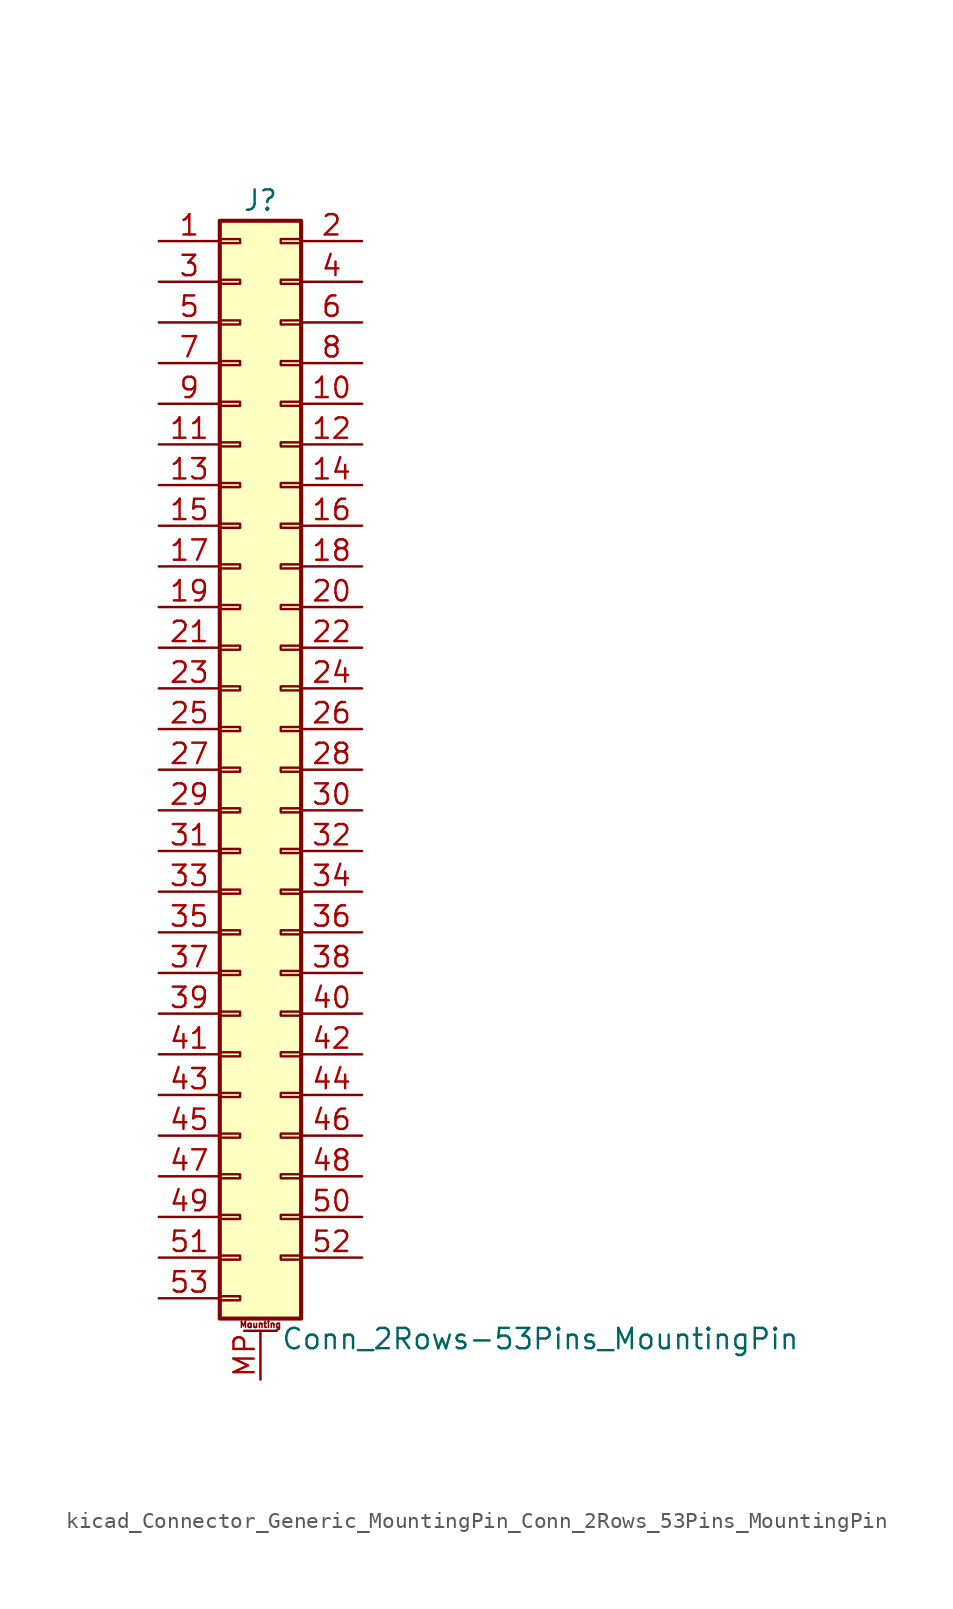
<source format=kicad_sym>
(kicad_symbol_lib
  (version 20220914)
  (generator kicad_symbol_editor)
  (symbol "kicad_Connector_Generic_MountingPin_Conn_2Rows_53Pins_MountingPin"
    (pin_names
      (offset 1.016) hide)
    (property "Reference" "J"
      (at 1.27 35.56 0)
      (effects (font (size 1.27 1.27))))
    (property "Value" "Conn_2Rows-53Pins_MountingPin"
      (at 2.54 -35.56 0)
      (effects (font (size 1.27 1.27)) (justify left)))
    (symbol "kicad_Connector_Generic_MountingPin_Conn_2Rows_53Pins_MountingPin_1_1"
      (rectangle (start -1.27 -32.893) (end 0 -33.147) (stroke (width 0.152) (type default)) (fill (type none)))
      (rectangle (start -1.27 -30.353) (end 0 -30.607) (stroke (width 0.152) (type default)) (fill (type none)))
      (rectangle (start -1.27 -27.813) (end 0 -28.067) (stroke (width 0.152) (type default)) (fill (type none)))
      (rectangle (start -1.27 -25.273) (end 0 -25.527) (stroke (width 0.152) (type default)) (fill (type none)))
      (rectangle (start -1.27 -22.733) (end 0 -22.987) (stroke (width 0.152) (type default)) (fill (type none)))
      (rectangle (start -1.27 -20.193) (end 0 -20.447) (stroke (width 0.152) (type default)) (fill (type none)))
      (rectangle (start -1.27 -17.653) (end 0 -17.907) (stroke (width 0.152) (type default)) (fill (type none)))
      (rectangle (start -1.27 -15.113) (end 0 -15.367) (stroke (width 0.152) (type default)) (fill (type none)))
      (rectangle (start -1.27 -12.573) (end 0 -12.827) (stroke (width 0.152) (type default)) (fill (type none)))
      (rectangle (start -1.27 -10.033) (end 0 -10.287) (stroke (width 0.152) (type default)) (fill (type none)))
      (rectangle (start -1.27 -7.493) (end 0 -7.747) (stroke (width 0.152) (type default)) (fill (type none)))
      (rectangle (start -1.27 -4.953) (end 0 -5.207) (stroke (width 0.152) (type default)) (fill (type none)))
      (rectangle (start -1.27 -2.413) (end 0 -2.667) (stroke (width 0.152) (type default)) (fill (type none)))
      (rectangle (start -1.27 0.127) (end 0 -0.127) (stroke (width 0.152) (type default)) (fill (type none)))
      (rectangle (start -1.27 2.667) (end 0 2.413) (stroke (width 0.152) (type default)) (fill (type none)))
      (rectangle (start -1.27 5.207) (end 0 4.953) (stroke (width 0.152) (type default)) (fill (type none)))
      (rectangle (start -1.27 7.747) (end 0 7.493) (stroke (width 0.152) (type default)) (fill (type none)))
      (rectangle (start -1.27 10.287) (end 0 10.033) (stroke (width 0.152) (type default)) (fill (type none)))
      (rectangle (start -1.27 12.827) (end 0 12.573) (stroke (width 0.152) (type default)) (fill (type none)))
      (rectangle (start -1.27 15.367) (end 0 15.113) (stroke (width 0.152) (type default)) (fill (type none)))
      (rectangle (start -1.27 17.907) (end 0 17.653) (stroke (width 0.152) (type default)) (fill (type none)))
      (rectangle (start -1.27 20.447) (end 0 20.193) (stroke (width 0.152) (type default)) (fill (type none)))
      (rectangle (start -1.27 22.987) (end 0 22.733) (stroke (width 0.152) (type default)) (fill (type none)))
      (rectangle (start -1.27 25.527) (end 0 25.273) (stroke (width 0.152) (type default)) (fill (type none)))
      (rectangle (start -1.27 28.067) (end 0 27.813) (stroke (width 0.152) (type default)) (fill (type none)))
      (rectangle (start -1.27 30.607) (end 0 30.353) (stroke (width 0.152) (type default)) (fill (type none)))
      (rectangle (start -1.27 33.147) (end 0 32.893) (stroke (width 0.152) (type default)) (fill (type none)))
      (rectangle (start -1.27 34.29) (end 3.81 -34.29) (stroke (width 0.254) (type default)) (fill (type background)))
      (polyline (pts (xy 0.254 -35.052) (xy 2.286 -35.052)) (stroke (width 0.152) (type default)) (fill (type none)))
      (rectangle (start 3.81 -30.353) (end 2.54 -30.607) (stroke (width 0.152) (type default)) (fill (type none)))
      (rectangle (start 3.81 -27.813) (end 2.54 -28.067) (stroke (width 0.152) (type default)) (fill (type none)))
      (rectangle (start 3.81 -25.273) (end 2.54 -25.527) (stroke (width 0.152) (type default)) (fill (type none)))
      (rectangle (start 3.81 -22.733) (end 2.54 -22.987) (stroke (width 0.152) (type default)) (fill (type none)))
      (rectangle (start 3.81 -20.193) (end 2.54 -20.447) (stroke (width 0.152) (type default)) (fill (type none)))
      (rectangle (start 3.81 -17.653) (end 2.54 -17.907) (stroke (width 0.152) (type default)) (fill (type none)))
      (rectangle (start 3.81 -15.113) (end 2.54 -15.367) (stroke (width 0.152) (type default)) (fill (type none)))
      (rectangle (start 3.81 -12.573) (end 2.54 -12.827) (stroke (width 0.152) (type default)) (fill (type none)))
      (rectangle (start 3.81 -10.033) (end 2.54 -10.287) (stroke (width 0.152) (type default)) (fill (type none)))
      (rectangle (start 3.81 -7.493) (end 2.54 -7.747) (stroke (width 0.152) (type default)) (fill (type none)))
      (rectangle (start 3.81 -4.953) (end 2.54 -5.207) (stroke (width 0.152) (type default)) (fill (type none)))
      (rectangle (start 3.81 -2.413) (end 2.54 -2.667) (stroke (width 0.152) (type default)) (fill (type none)))
      (rectangle (start 3.81 0.127) (end 2.54 -0.127) (stroke (width 0.152) (type default)) (fill (type none)))
      (rectangle (start 3.81 2.667) (end 2.54 2.413) (stroke (width 0.152) (type default)) (fill (type none)))
      (rectangle (start 3.81 5.207) (end 2.54 4.953) (stroke (width 0.152) (type default)) (fill (type none)))
      (rectangle (start 3.81 7.747) (end 2.54 7.493) (stroke (width 0.152) (type default)) (fill (type none)))
      (rectangle (start 3.81 10.287) (end 2.54 10.033) (stroke (width 0.152) (type default)) (fill (type none)))
      (rectangle (start 3.81 12.827) (end 2.54 12.573) (stroke (width 0.152) (type default)) (fill (type none)))
      (rectangle (start 3.81 15.367) (end 2.54 15.113) (stroke (width 0.152) (type default)) (fill (type none)))
      (rectangle (start 3.81 17.907) (end 2.54 17.653) (stroke (width 0.152) (type default)) (fill (type none)))
      (rectangle (start 3.81 20.447) (end 2.54 20.193) (stroke (width 0.152) (type default)) (fill (type none)))
      (rectangle (start 3.81 22.987) (end 2.54 22.733) (stroke (width 0.152) (type default)) (fill (type none)))
      (rectangle (start 3.81 25.527) (end 2.54 25.273) (stroke (width 0.152) (type default)) (fill (type none)))
      (rectangle (start 3.81 28.067) (end 2.54 27.813) (stroke (width 0.152) (type default)) (fill (type none)))
      (rectangle (start 3.81 30.607) (end 2.54 30.353) (stroke (width 0.152) (type default)) (fill (type none)))
      (rectangle (start 3.81 33.147) (end 2.54 32.893) (stroke (width 0.152) (type default)) (fill (type none)))
      (text "Mounting" (at 1.27 -34.671 0) (effects (font (size 0.381 0.381))))
      (pin passive line (at -5.08 33.02 0) (length 3.81) (name "Pin_1" (effects (font (size 1.27 1.27)))) (number "1" (effects (font (size 1.27 1.27)))))
      (pin passive line (at 7.62 22.86 180) (length 3.81) (name "Pin_10" (effects (font (size 1.27 1.27)))) (number "10" (effects (font (size 1.27 1.27)))))
      (pin passive line (at -5.08 20.32 0) (length 3.81) (name "Pin_11" (effects (font (size 1.27 1.27)))) (number "11" (effects (font (size 1.27 1.27)))))
      (pin passive line (at 7.62 20.32 180) (length 3.81) (name "Pin_12" (effects (font (size 1.27 1.27)))) (number "12" (effects (font (size 1.27 1.27)))))
      (pin passive line (at -5.08 17.78 0) (length 3.81) (name "Pin_13" (effects (font (size 1.27 1.27)))) (number "13" (effects (font (size 1.27 1.27)))))
      (pin passive line (at 7.62 17.78 180) (length 3.81) (name "Pin_14" (effects (font (size 1.27 1.27)))) (number "14" (effects (font (size 1.27 1.27)))))
      (pin passive line (at -5.08 15.24 0) (length 3.81) (name "Pin_15" (effects (font (size 1.27 1.27)))) (number "15" (effects (font (size 1.27 1.27)))))
      (pin passive line (at 7.62 15.24 180) (length 3.81) (name "Pin_16" (effects (font (size 1.27 1.27)))) (number "16" (effects (font (size 1.27 1.27)))))
      (pin passive line (at -5.08 12.7 0) (length 3.81) (name "Pin_17" (effects (font (size 1.27 1.27)))) (number "17" (effects (font (size 1.27 1.27)))))
      (pin passive line (at 7.62 12.7 180) (length 3.81) (name "Pin_18" (effects (font (size 1.27 1.27)))) (number "18" (effects (font (size 1.27 1.27)))))
      (pin passive line (at -5.08 10.16 0) (length 3.81) (name "Pin_19" (effects (font (size 1.27 1.27)))) (number "19" (effects (font (size 1.27 1.27)))))
      (pin passive line (at 7.62 33.02 180) (length 3.81) (name "Pin_2" (effects (font (size 1.27 1.27)))) (number "2" (effects (font (size 1.27 1.27)))))
      (pin passive line (at 7.62 10.16 180) (length 3.81) (name "Pin_20" (effects (font (size 1.27 1.27)))) (number "20" (effects (font (size 1.27 1.27)))))
      (pin passive line (at -5.08 7.62 0) (length 3.81) (name "Pin_21" (effects (font (size 1.27 1.27)))) (number "21" (effects (font (size 1.27 1.27)))))
      (pin passive line (at 7.62 7.62 180) (length 3.81) (name "Pin_22" (effects (font (size 1.27 1.27)))) (number "22" (effects (font (size 1.27 1.27)))))
      (pin passive line (at -5.08 5.08 0) (length 3.81) (name "Pin_23" (effects (font (size 1.27 1.27)))) (number "23" (effects (font (size 1.27 1.27)))))
      (pin passive line (at 7.62 5.08 180) (length 3.81) (name "Pin_24" (effects (font (size 1.27 1.27)))) (number "24" (effects (font (size 1.27 1.27)))))
      (pin passive line (at -5.08 2.54 0) (length 3.81) (name "Pin_25" (effects (font (size 1.27 1.27)))) (number "25" (effects (font (size 1.27 1.27)))))
      (pin passive line (at 7.62 2.54 180) (length 3.81) (name "Pin_26" (effects (font (size 1.27 1.27)))) (number "26" (effects (font (size 1.27 1.27)))))
      (pin passive line (at -5.08 0 0) (length 3.81) (name "Pin_27" (effects (font (size 1.27 1.27)))) (number "27" (effects (font (size 1.27 1.27)))))
      (pin passive line (at 7.62 0 180) (length 3.81) (name "Pin_28" (effects (font (size 1.27 1.27)))) (number "28" (effects (font (size 1.27 1.27)))))
      (pin passive line (at -5.08 -2.54 0) (length 3.81) (name "Pin_29" (effects (font (size 1.27 1.27)))) (number "29" (effects (font (size 1.27 1.27)))))
      (pin passive line (at -5.08 30.48 0) (length 3.81) (name "Pin_3" (effects (font (size 1.27 1.27)))) (number "3" (effects (font (size 1.27 1.27)))))
      (pin passive line (at 7.62 -2.54 180) (length 3.81) (name "Pin_30" (effects (font (size 1.27 1.27)))) (number "30" (effects (font (size 1.27 1.27)))))
      (pin passive line (at -5.08 -5.08 0) (length 3.81) (name "Pin_31" (effects (font (size 1.27 1.27)))) (number "31" (effects (font (size 1.27 1.27)))))
      (pin passive line (at 7.62 -5.08 180) (length 3.81) (name "Pin_32" (effects (font (size 1.27 1.27)))) (number "32" (effects (font (size 1.27 1.27)))))
      (pin passive line (at -5.08 -7.62 0) (length 3.81) (name "Pin_33" (effects (font (size 1.27 1.27)))) (number "33" (effects (font (size 1.27 1.27)))))
      (pin passive line (at 7.62 -7.62 180) (length 3.81) (name "Pin_34" (effects (font (size 1.27 1.27)))) (number "34" (effects (font (size 1.27 1.27)))))
      (pin passive line (at -5.08 -10.16 0) (length 3.81) (name "Pin_35" (effects (font (size 1.27 1.27)))) (number "35" (effects (font (size 1.27 1.27)))))
      (pin passive line (at 7.62 -10.16 180) (length 3.81) (name "Pin_36" (effects (font (size 1.27 1.27)))) (number "36" (effects (font (size 1.27 1.27)))))
      (pin passive line (at -5.08 -12.7 0) (length 3.81) (name "Pin_37" (effects (font (size 1.27 1.27)))) (number "37" (effects (font (size 1.27 1.27)))))
      (pin passive line (at 7.62 -12.7 180) (length 3.81) (name "Pin_38" (effects (font (size 1.27 1.27)))) (number "38" (effects (font (size 1.27 1.27)))))
      (pin passive line (at -5.08 -15.24 0) (length 3.81) (name "Pin_39" (effects (font (size 1.27 1.27)))) (number "39" (effects (font (size 1.27 1.27)))))
      (pin passive line (at 7.62 30.48 180) (length 3.81) (name "Pin_4" (effects (font (size 1.27 1.27)))) (number "4" (effects (font (size 1.27 1.27)))))
      (pin passive line (at 7.62 -15.24 180) (length 3.81) (name "Pin_40" (effects (font (size 1.27 1.27)))) (number "40" (effects (font (size 1.27 1.27)))))
      (pin passive line (at -5.08 -17.78 0) (length 3.81) (name "Pin_41" (effects (font (size 1.27 1.27)))) (number "41" (effects (font (size 1.27 1.27)))))
      (pin passive line (at 7.62 -17.78 180) (length 3.81) (name "Pin_42" (effects (font (size 1.27 1.27)))) (number "42" (effects (font (size 1.27 1.27)))))
      (pin passive line (at -5.08 -20.32 0) (length 3.81) (name "Pin_43" (effects (font (size 1.27 1.27)))) (number "43" (effects (font (size 1.27 1.27)))))
      (pin passive line (at 7.62 -20.32 180) (length 3.81) (name "Pin_44" (effects (font (size 1.27 1.27)))) (number "44" (effects (font (size 1.27 1.27)))))
      (pin passive line (at -5.08 -22.86 0) (length 3.81) (name "Pin_45" (effects (font (size 1.27 1.27)))) (number "45" (effects (font (size 1.27 1.27)))))
      (pin passive line (at 7.62 -22.86 180) (length 3.81) (name "Pin_46" (effects (font (size 1.27 1.27)))) (number "46" (effects (font (size 1.27 1.27)))))
      (pin passive line (at -5.08 -25.4 0) (length 3.81) (name "Pin_47" (effects (font (size 1.27 1.27)))) (number "47" (effects (font (size 1.27 1.27)))))
      (pin passive line (at 7.62 -25.4 180) (length 3.81) (name "Pin_48" (effects (font (size 1.27 1.27)))) (number "48" (effects (font (size 1.27 1.27)))))
      (pin passive line (at -5.08 -27.94 0) (length 3.81) (name "Pin_49" (effects (font (size 1.27 1.27)))) (number "49" (effects (font (size 1.27 1.27)))))
      (pin passive line (at -5.08 27.94 0) (length 3.81) (name "Pin_5" (effects (font (size 1.27 1.27)))) (number "5" (effects (font (size 1.27 1.27)))))
      (pin passive line (at 7.62 -27.94 180) (length 3.81) (name "Pin_50" (effects (font (size 1.27 1.27)))) (number "50" (effects (font (size 1.27 1.27)))))
      (pin passive line (at -5.08 -30.48 0) (length 3.81) (name "Pin_51" (effects (font (size 1.27 1.27)))) (number "51" (effects (font (size 1.27 1.27)))))
      (pin passive line (at 7.62 -30.48 180) (length 3.81) (name "Pin_52" (effects (font (size 1.27 1.27)))) (number "52" (effects (font (size 1.27 1.27)))))
      (pin passive line (at -5.08 -33.02 0) (length 3.81) (name "Pin_53" (effects (font (size 1.27 1.27)))) (number "53" (effects (font (size 1.27 1.27)))))
      (pin passive line (at 7.62 27.94 180) (length 3.81) (name "Pin_6" (effects (font (size 1.27 1.27)))) (number "6" (effects (font (size 1.27 1.27)))))
      (pin passive line (at -5.08 25.4 0) (length 3.81) (name "Pin_7" (effects (font (size 1.27 1.27)))) (number "7" (effects (font (size 1.27 1.27)))))
      (pin passive line (at 7.62 25.4 180) (length 3.81) (name "Pin_8" (effects (font (size 1.27 1.27)))) (number "8" (effects (font (size 1.27 1.27)))))
      (pin passive line (at -5.08 22.86 0) (length 3.81) (name "Pin_9" (effects (font (size 1.27 1.27)))) (number "9" (effects (font (size 1.27 1.27)))))
      (pin passive line (at 1.27 -38.1 90) (length 3.048) (name "MountPin" (effects (font (size 1.27 1.27)))) (number "MP" (effects (font (size 1.27 1.27))))))))
</source>
